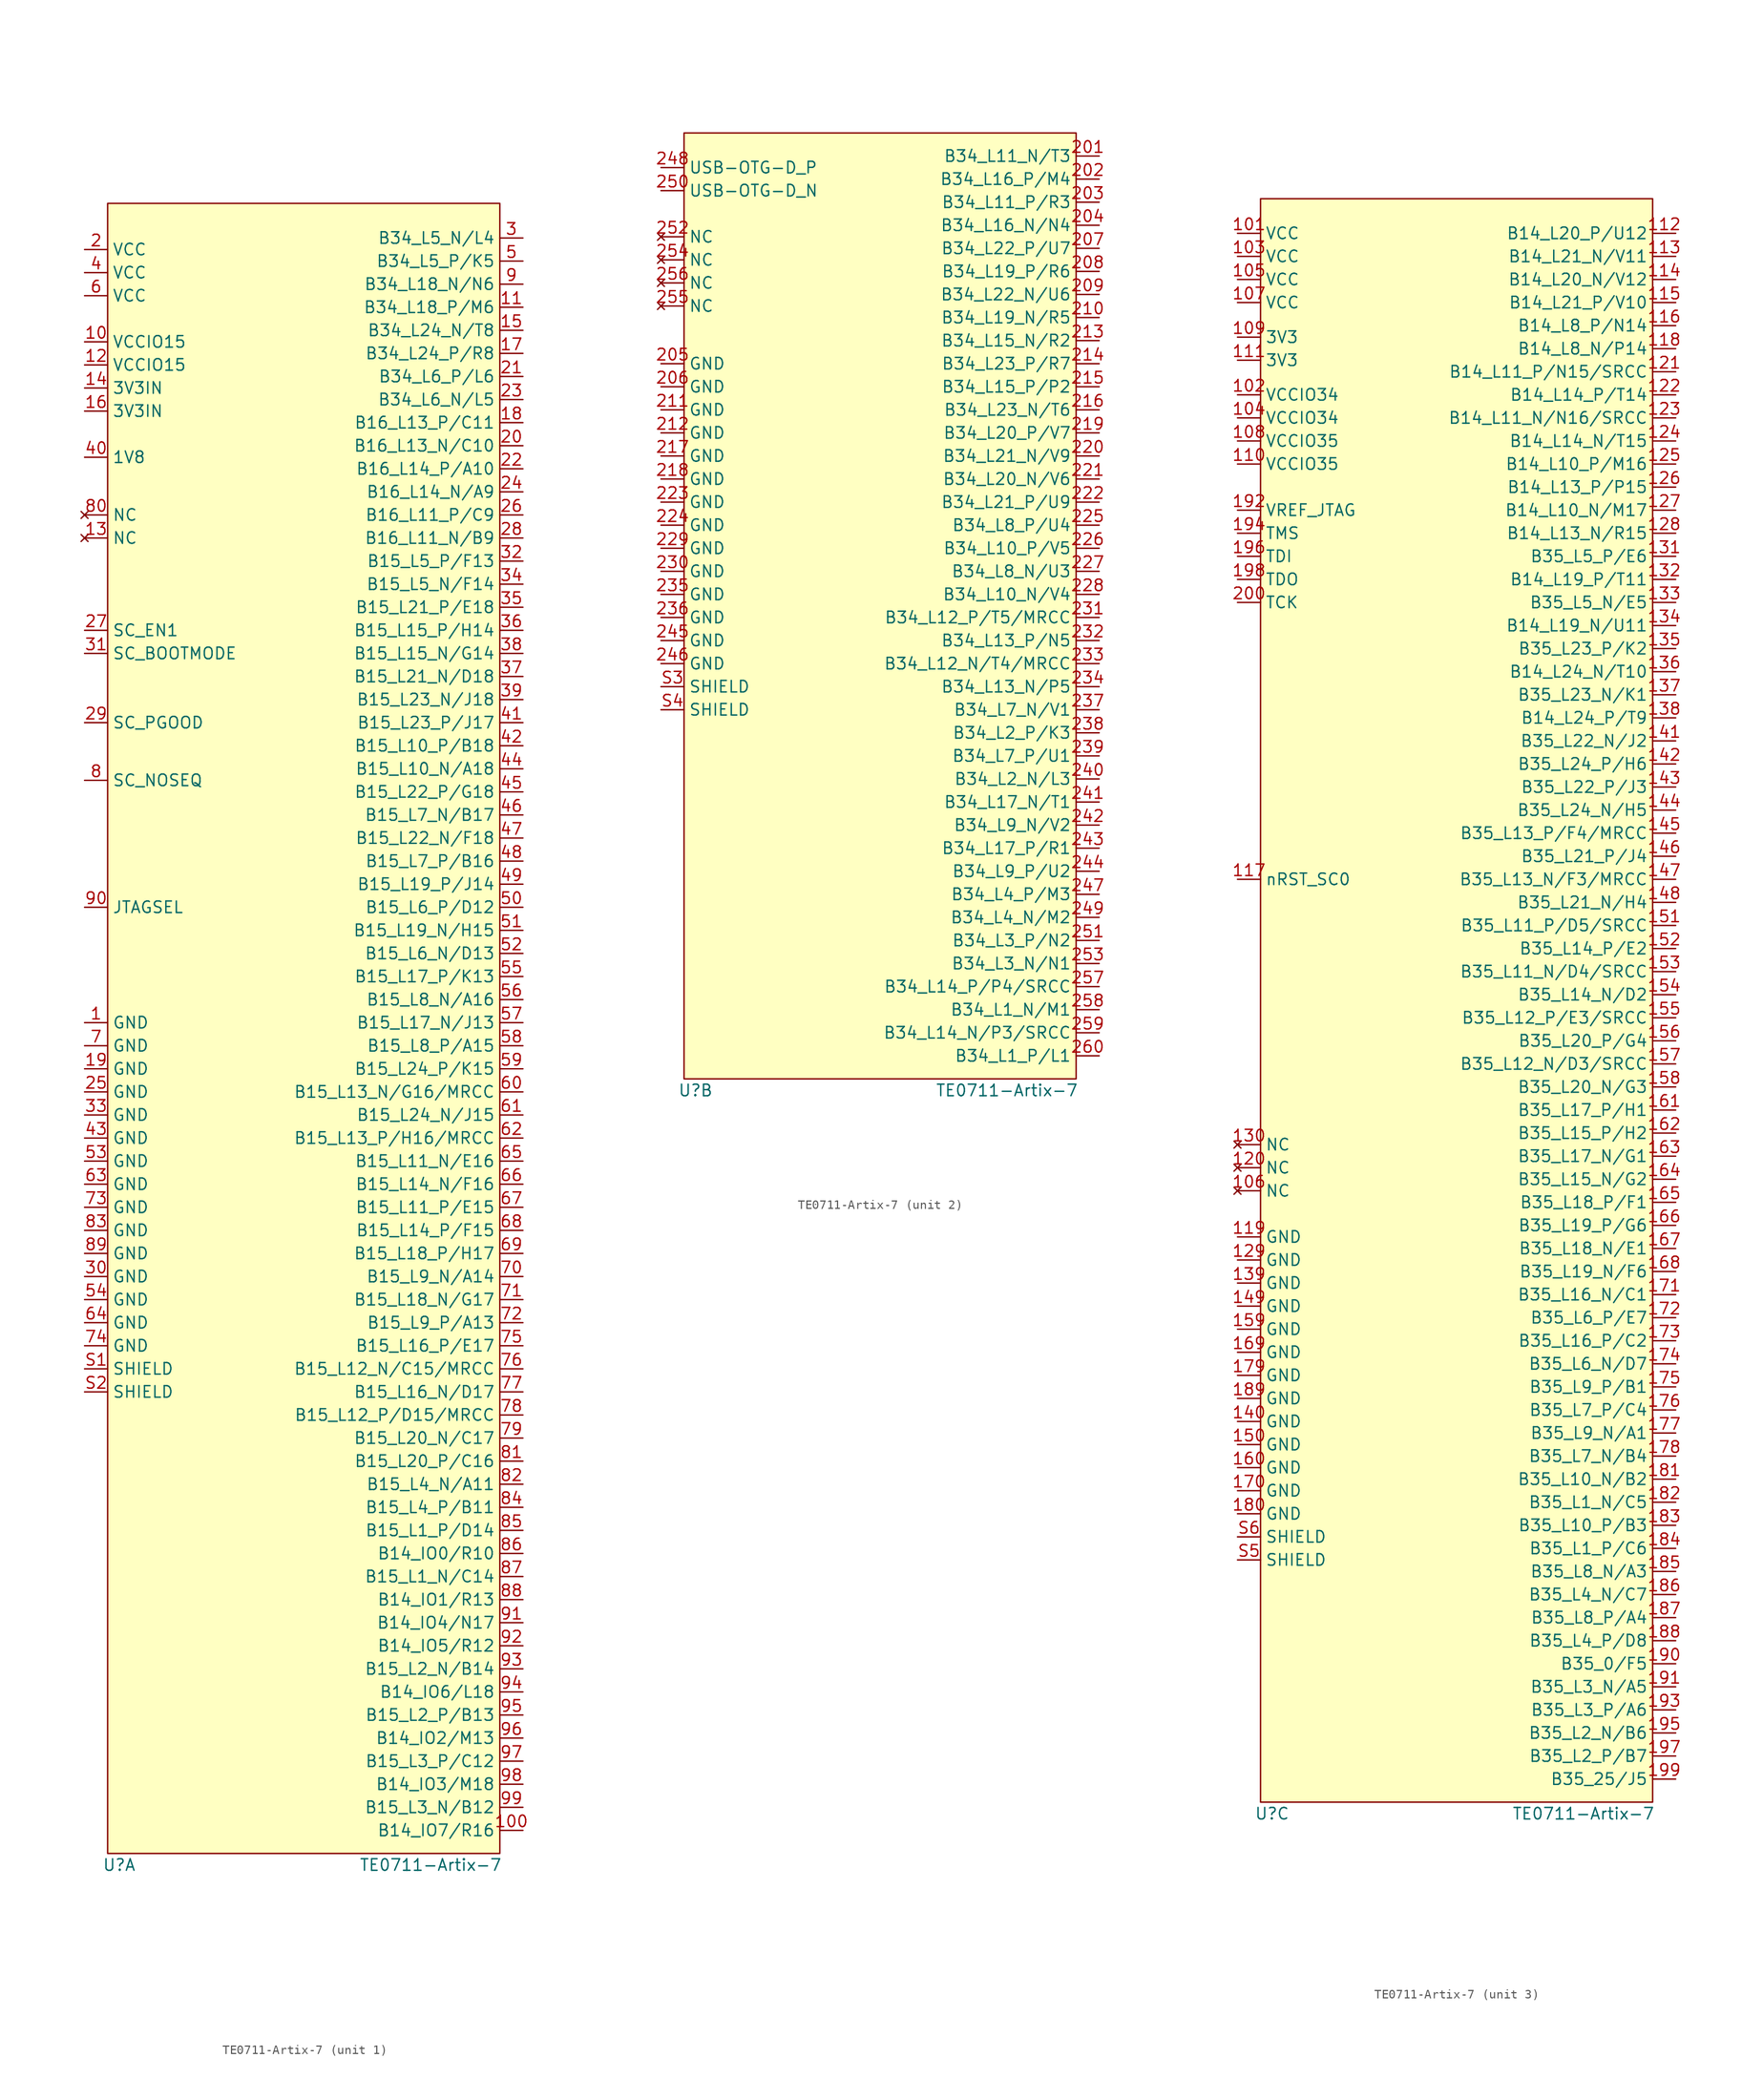
<source format=kicad_sym>
(kicad_symbol_lib
  (version 20231120)
  (generator "kicad_symbol_editor")
  (generator_version "8.0")
  (symbol "TE0711-Artix-7"
    (property "Reference" "U"
      (at 1.27 -1.27 0)
      (effects (font (size 1.27 1.27))))
    (property "Value" "TE0711-Artix-7"
      (at 35.56 -1.27 0)
      (effects (font (size 1.27 1.27))))
    (property "ki_locked" ""
      (at 0 0 0)
      (effects (font (size 1.27 1.27))))
    (symbol "TE0711-Artix-7_1_0"
      (pin power_in line (at -2.54 166.37 0) (length 2.54) (name "VCCIO15" (effects (font (size 1.27 1.27)))) (number "10" (effects (font (size 1.27 1.27)))))
      (pin bidirectional line (at 45.72 2.54 180) (length 2.54) (name "B14_IO7/R16" (effects (font (size 1.27 1.27)))) (number "100" (effects (font (size 1.27 1.27)))))
      (pin power_in line (at 45.72 170.18 180) (length 2.54) (name "B34_L18_P/M6" (effects (font (size 1.27 1.27)))) (number "11" (effects (font (size 1.27 1.27)))))
      (pin bidirectional line (at -2.54 163.83 0) (length 2.54) (name "VCCIO15" (effects (font (size 1.27 1.27)))) (number "12" (effects (font (size 1.27 1.27)))))
      (pin no_connect line (at -2.54 144.78 0) (length 2.54) (name "NC" (effects (font (size 1.27 1.27)))) (number "13" (effects (font (size 1.27 1.27)))))
      (pin power_in line (at -2.54 161.29 0) (length 2.54) (name "3V3IN" (effects (font (size 1.27 1.27)))) (number "14" (effects (font (size 1.27 1.27)))))
      (pin bidirectional line (at 45.72 167.64 180) (length 2.54) (name "B34_L24_N/T8" (effects (font (size 1.27 1.27)))) (number "15" (effects (font (size 1.27 1.27)))))
      (pin power_in line (at -2.54 158.75 0) (length 2.54) (name "3V3IN" (effects (font (size 1.27 1.27)))) (number "16" (effects (font (size 1.27 1.27)))))
      (pin bidirectional line (at 45.72 165.1 180) (length 2.54) (name "B34_L24_P/R8" (effects (font (size 1.27 1.27)))) (number "17" (effects (font (size 1.27 1.27)))))
      (pin bidirectional line (at 45.72 157.48 180) (length 2.54) (name "B16_L13_P/C11" (effects (font (size 1.27 1.27)))) (number "18" (effects (font (size 1.27 1.27)))))
      (pin power_in line (at -2.54 86.36 0) (length 2.54) (name "GND" (effects (font (size 1.27 1.27)))) (number "19" (effects (font (size 1.27 1.27)))))
      (pin bidirectional line (at 45.72 154.94 180) (length 2.54) (name "B16_L13_N/C10" (effects (font (size 1.27 1.27)))) (number "20" (effects (font (size 1.27 1.27)))))
      (pin bidirectional line (at 45.72 162.56 180) (length 2.54) (name "B34_L6_P/L6" (effects (font (size 1.27 1.27)))) (number "21" (effects (font (size 1.27 1.27)))))
      (pin bidirectional line (at 45.72 152.4 180) (length 2.54) (name "B16_L14_P/A10" (effects (font (size 1.27 1.27)))) (number "22" (effects (font (size 1.27 1.27)))))
      (pin bidirectional line (at 45.72 160.02 180) (length 2.54) (name "B34_L6_N/L5" (effects (font (size 1.27 1.27)))) (number "23" (effects (font (size 1.27 1.27)))))
      (pin bidirectional line (at 45.72 149.86 180) (length 2.54) (name "B16_L14_N/A9" (effects (font (size 1.27 1.27)))) (number "24" (effects (font (size 1.27 1.27)))))
      (pin power_in line (at -2.54 83.82 0) (length 2.54) (name "GND" (effects (font (size 1.27 1.27)))) (number "25" (effects (font (size 1.27 1.27)))))
      (pin bidirectional line (at 45.72 147.32 180) (length 2.54) (name "B16_L11_P/C9" (effects (font (size 1.27 1.27)))) (number "26" (effects (font (size 1.27 1.27)))))
      (pin input line (at -2.54 134.62 0) (length 2.54) (name "SC_EN1" (effects (font (size 1.27 1.27)))) (number "27" (effects (font (size 1.27 1.27)))))
      (pin bidirectional line (at 45.72 144.78 180) (length 2.54) (name "B16_L11_N/B9" (effects (font (size 1.27 1.27)))) (number "28" (effects (font (size 1.27 1.27)))))
      (pin output line (at -2.54 124.46 0) (length 2.54) (name "SC_PGOOD" (effects (font (size 1.27 1.27)))) (number "29" (effects (font (size 1.27 1.27)))))
      (pin power_in line (at -2.54 63.5 0) (length 2.54) (name "GND" (effects (font (size 1.27 1.27)))) (number "30" (effects (font (size 1.27 1.27)))))
      (pin input line (at -2.54 132.08 0) (length 2.54) (name "SC_BOOTMODE" (effects (font (size 1.27 1.27)))) (number "31" (effects (font (size 1.27 1.27)))))
      (pin bidirectional line (at 45.72 142.24 180) (length 2.54) (name "B15_L5_P/F13" (effects (font (size 1.27 1.27)))) (number "32" (effects (font (size 1.27 1.27)))))
      (pin power_in line (at -2.54 81.28 0) (length 2.54) (name "GND" (effects (font (size 1.27 1.27)))) (number "33" (effects (font (size 1.27 1.27)))))
      (pin bidirectional line (at 45.72 139.7 180) (length 2.54) (name "B15_L5_N/F14" (effects (font (size 1.27 1.27)))) (number "34" (effects (font (size 1.27 1.27)))))
      (pin bidirectional line (at 45.72 137.16 180) (length 2.54) (name "B15_L21_P/E18" (effects (font (size 1.27 1.27)))) (number "35" (effects (font (size 1.27 1.27)))))
      (pin bidirectional line (at 45.72 134.62 180) (length 2.54) (name "B15_L15_P/H14" (effects (font (size 1.27 1.27)))) (number "36" (effects (font (size 1.27 1.27)))))
      (pin bidirectional line (at 45.72 129.54 180) (length 2.54) (name "B15_L21_N/D18" (effects (font (size 1.27 1.27)))) (number "37" (effects (font (size 1.27 1.27)))))
      (pin bidirectional line (at 45.72 132.08 180) (length 2.54) (name "B15_L15_N/G14" (effects (font (size 1.27 1.27)))) (number "38" (effects (font (size 1.27 1.27)))))
      (pin bidirectional line (at 45.72 127 180) (length 2.54) (name "B15_L23_N/J18" (effects (font (size 1.27 1.27)))) (number "39" (effects (font (size 1.27 1.27)))))
      (pin power_out line (at -2.54 153.67 0) (length 2.54) (name "1V8" (effects (font (size 1.27 1.27)))) (number "40" (effects (font (size 1.27 1.27)))))
      (pin bidirectional line (at 45.72 124.46 180) (length 2.54) (name "B15_L23_P/J17" (effects (font (size 1.27 1.27)))) (number "41" (effects (font (size 1.27 1.27)))))
      (pin bidirectional line (at 45.72 121.92 180) (length 2.54) (name "B15_L10_P/B18" (effects (font (size 1.27 1.27)))) (number "42" (effects (font (size 1.27 1.27)))))
      (pin power_in line (at -2.54 78.74 0) (length 2.54) (name "GND" (effects (font (size 1.27 1.27)))) (number "43" (effects (font (size 1.27 1.27)))))
      (pin bidirectional line (at 45.72 119.38 180) (length 2.54) (name "B15_L10_N/A18" (effects (font (size 1.27 1.27)))) (number "44" (effects (font (size 1.27 1.27)))))
      (pin bidirectional line (at 45.72 116.84 180) (length 2.54) (name "B15_L22_P/G18" (effects (font (size 1.27 1.27)))) (number "45" (effects (font (size 1.27 1.27)))))
      (pin bidirectional line (at 45.72 114.3 180) (length 2.54) (name "B15_L7_N/B17" (effects (font (size 1.27 1.27)))) (number "46" (effects (font (size 1.27 1.27)))))
      (pin bidirectional line (at 45.72 111.76 180) (length 2.54) (name "B15_L22_N/F18" (effects (font (size 1.27 1.27)))) (number "47" (effects (font (size 1.27 1.27)))))
      (pin bidirectional line (at 45.72 109.22 180) (length 2.54) (name "B15_L7_P/B16" (effects (font (size 1.27 1.27)))) (number "48" (effects (font (size 1.27 1.27)))))
      (pin bidirectional line (at 45.72 106.68 180) (length 2.54) (name "B15_L19_P/J14" (effects (font (size 1.27 1.27)))) (number "49" (effects (font (size 1.27 1.27)))))
      (pin bidirectional line (at 45.72 175.26 180) (length 2.54) (name "B34_L5_P/K5" (effects (font (size 1.27 1.27)))) (number "5" (effects (font (size 1.27 1.27)))))
      (pin bidirectional line (at 45.72 104.14 180) (length 2.54) (name "B15_L6_P/D12" (effects (font (size 1.27 1.27)))) (number "50" (effects (font (size 1.27 1.27)))))
      (pin bidirectional line (at 45.72 101.6 180) (length 2.54) (name "B15_L19_N/H15" (effects (font (size 1.27 1.27)))) (number "51" (effects (font (size 1.27 1.27)))))
      (pin bidirectional line (at 45.72 99.06 180) (length 2.54) (name "B15_L6_N/D13" (effects (font (size 1.27 1.27)))) (number "52" (effects (font (size 1.27 1.27)))))
      (pin power_in line (at -2.54 76.2 0) (length 2.54) (name "GND" (effects (font (size 1.27 1.27)))) (number "53" (effects (font (size 1.27 1.27)))))
      (pin power_in line (at -2.54 60.96 0) (length 2.54) (name "GND" (effects (font (size 1.27 1.27)))) (number "54" (effects (font (size 1.27 1.27)))))
      (pin bidirectional line (at 45.72 96.52 180) (length 2.54) (name "B15_L17_P/K13" (effects (font (size 1.27 1.27)))) (number "55" (effects (font (size 1.27 1.27)))))
      (pin bidirectional line (at 45.72 93.98 180) (length 2.54) (name "B15_L8_N/A16" (effects (font (size 1.27 1.27)))) (number "56" (effects (font (size 1.27 1.27)))))
      (pin bidirectional line (at 45.72 91.44 180) (length 2.54) (name "B15_L17_N/J13" (effects (font (size 1.27 1.27)))) (number "57" (effects (font (size 1.27 1.27)))))
      (pin bidirectional line (at 45.72 88.9 180) (length 2.54) (name "B15_L8_P/A15" (effects (font (size 1.27 1.27)))) (number "58" (effects (font (size 1.27 1.27)))))
      (pin bidirectional line (at 45.72 86.36 180) (length 2.54) (name "B15_L24_P/K15" (effects (font (size 1.27 1.27)))) (number "59" (effects (font (size 1.27 1.27)))))
      (pin power_in line (at -2.54 171.45 0) (length 2.54) (name "VCC" (effects (font (size 1.27 1.27)))) (number "6" (effects (font (size 1.27 1.27)))))
      (pin bidirectional line (at 45.72 83.82 180) (length 2.54) (name "B15_L13_N/G16/MRCC" (effects (font (size 1.27 1.27)))) (number "60" (effects (font (size 1.27 1.27)))))
      (pin bidirectional line (at 45.72 81.28 180) (length 2.54) (name "B15_L24_N/J15" (effects (font (size 1.27 1.27)))) (number "61" (effects (font (size 1.27 1.27)))))
      (pin bidirectional line (at 45.72 78.74 180) (length 2.54) (name "B15_L13_P/H16/MRCC" (effects (font (size 1.27 1.27)))) (number "62" (effects (font (size 1.27 1.27)))))
      (pin power_in line (at -2.54 73.66 0) (length 2.54) (name "GND" (effects (font (size 1.27 1.27)))) (number "63" (effects (font (size 1.27 1.27)))))
      (pin power_in line (at -2.54 58.42 0) (length 2.54) (name "GND" (effects (font (size 1.27 1.27)))) (number "64" (effects (font (size 1.27 1.27)))))
      (pin bidirectional line (at 45.72 76.2 180) (length 2.54) (name "B15_L11_N/E16" (effects (font (size 1.27 1.27)))) (number "65" (effects (font (size 1.27 1.27)))))
      (pin bidirectional line (at 45.72 73.66 180) (length 2.54) (name "B15_L14_N/F16" (effects (font (size 1.27 1.27)))) (number "66" (effects (font (size 1.27 1.27)))))
      (pin bidirectional line (at 45.72 71.12 180) (length 2.54) (name "B15_L11_P/E15" (effects (font (size 1.27 1.27)))) (number "67" (effects (font (size 1.27 1.27)))))
      (pin bidirectional line (at 45.72 68.58 180) (length 2.54) (name "B15_L14_P/F15" (effects (font (size 1.27 1.27)))) (number "68" (effects (font (size 1.27 1.27)))))
      (pin bidirectional line (at 45.72 66.04 180) (length 2.54) (name "B15_L18_P/H17" (effects (font (size 1.27 1.27)))) (number "69" (effects (font (size 1.27 1.27)))))
      (pin power_in line (at -2.54 88.9 0) (length 2.54) (name "GND" (effects (font (size 1.27 1.27)))) (number "7" (effects (font (size 1.27 1.27)))))
      (pin bidirectional line (at 45.72 63.5 180) (length 2.54) (name "B15_L9_N/A14" (effects (font (size 1.27 1.27)))) (number "70" (effects (font (size 1.27 1.27)))))
      (pin bidirectional line (at 45.72 60.96 180) (length 2.54) (name "B15_L18_N/G17" (effects (font (size 1.27 1.27)))) (number "71" (effects (font (size 1.27 1.27)))))
      (pin bidirectional line (at 45.72 58.42 180) (length 2.54) (name "B15_L9_P/A13" (effects (font (size 1.27 1.27)))) (number "72" (effects (font (size 1.27 1.27)))))
      (pin power_in line (at -2.54 71.12 0) (length 2.54) (name "GND" (effects (font (size 1.27 1.27)))) (number "73" (effects (font (size 1.27 1.27)))))
      (pin power_in line (at -2.54 55.88 0) (length 2.54) (name "GND" (effects (font (size 1.27 1.27)))) (number "74" (effects (font (size 1.27 1.27)))))
      (pin bidirectional line (at 45.72 55.88 180) (length 2.54) (name "B15_L16_P/E17" (effects (font (size 1.27 1.27)))) (number "75" (effects (font (size 1.27 1.27)))))
      (pin bidirectional line (at 45.72 53.34 180) (length 2.54) (name "B15_L12_N/C15/MRCC" (effects (font (size 1.27 1.27)))) (number "76" (effects (font (size 1.27 1.27)))))
      (pin bidirectional line (at 45.72 50.8 180) (length 2.54) (name "B15_L16_N/D17" (effects (font (size 1.27 1.27)))) (number "77" (effects (font (size 1.27 1.27)))))
      (pin bidirectional line (at 45.72 48.26 180) (length 2.54) (name "B15_L12_P/D15/MRCC" (effects (font (size 1.27 1.27)))) (number "78" (effects (font (size 1.27 1.27)))))
      (pin bidirectional line (at 45.72 45.72 180) (length 2.54) (name "B15_L20_N/C17" (effects (font (size 1.27 1.27)))) (number "79" (effects (font (size 1.27 1.27)))))
      (pin input line (at -2.54 118.11 0) (length 2.54) (name "SC_NOSEQ" (effects (font (size 1.27 1.27)))) (number "8" (effects (font (size 1.27 1.27)))))
      (pin no_connect line (at -2.54 147.32 0) (length 2.54) (name "NC" (effects (font (size 1.27 1.27)))) (number "80" (effects (font (size 1.27 1.27)))))
      (pin bidirectional line (at 45.72 43.18 180) (length 2.54) (name "B15_L20_P/C16" (effects (font (size 1.27 1.27)))) (number "81" (effects (font (size 1.27 1.27)))))
      (pin bidirectional line (at 45.72 40.64 180) (length 2.54) (name "B15_L4_N/A11" (effects (font (size 1.27 1.27)))) (number "82" (effects (font (size 1.27 1.27)))))
      (pin power_in line (at -2.54 68.58 0) (length 2.54) (name "GND" (effects (font (size 1.27 1.27)))) (number "83" (effects (font (size 1.27 1.27)))))
      (pin bidirectional line (at 45.72 38.1 180) (length 2.54) (name "B15_L4_P/B11" (effects (font (size 1.27 1.27)))) (number "84" (effects (font (size 1.27 1.27)))))
      (pin bidirectional line (at 45.72 35.56 180) (length 2.54) (name "B15_L1_P/D14" (effects (font (size 1.27 1.27)))) (number "85" (effects (font (size 1.27 1.27)))))
      (pin bidirectional line (at 45.72 33.02 180) (length 2.54) (name "B14_IO0/R10" (effects (font (size 1.27 1.27)))) (number "86" (effects (font (size 1.27 1.27)))))
      (pin bidirectional line (at 45.72 30.48 180) (length 2.54) (name "B15_L1_N/C14" (effects (font (size 1.27 1.27)))) (number "87" (effects (font (size 1.27 1.27)))))
      (pin bidirectional line (at 45.72 27.94 180) (length 2.54) (name "B14_IO1/R13" (effects (font (size 1.27 1.27)))) (number "88" (effects (font (size 1.27 1.27)))))
      (pin power_in line (at -2.54 66.04 0) (length 2.54) (name "GND" (effects (font (size 1.27 1.27)))) (number "89" (effects (font (size 1.27 1.27)))))
      (pin bidirectional line (at 45.72 172.72 180) (length 2.54) (name "B34_L18_N/N6" (effects (font (size 1.27 1.27)))) (number "9" (effects (font (size 1.27 1.27)))))
      (pin input line (at -2.54 104.14 0) (length 2.54) (name "JTAGSEL" (effects (font (size 1.27 1.27)))) (number "90" (effects (font (size 1.27 1.27)))))
      (pin bidirectional line (at 45.72 25.4 180) (length 2.54) (name "B14_IO4/N17" (effects (font (size 1.27 1.27)))) (number "91" (effects (font (size 1.27 1.27)))))
      (pin bidirectional line (at 45.72 22.86 180) (length 2.54) (name "B14_IO5/R12" (effects (font (size 1.27 1.27)))) (number "92" (effects (font (size 1.27 1.27)))))
      (pin bidirectional line (at 45.72 20.32 180) (length 2.54) (name "B15_L2_N/B14" (effects (font (size 1.27 1.27)))) (number "93" (effects (font (size 1.27 1.27)))))
      (pin bidirectional line (at 45.72 17.78 180) (length 2.54) (name "B14_IO6/L18" (effects (font (size 1.27 1.27)))) (number "94" (effects (font (size 1.27 1.27)))))
      (pin bidirectional line (at 45.72 15.24 180) (length 2.54) (name "B15_L2_P/B13" (effects (font (size 1.27 1.27)))) (number "95" (effects (font (size 1.27 1.27)))))
      (pin bidirectional line (at 45.72 12.7 180) (length 2.54) (name "B14_IO2/M13" (effects (font (size 1.27 1.27)))) (number "96" (effects (font (size 1.27 1.27)))))
      (pin bidirectional line (at 45.72 10.16 180) (length 2.54) (name "B15_L3_P/C12" (effects (font (size 1.27 1.27)))) (number "97" (effects (font (size 1.27 1.27)))))
      (pin bidirectional line (at 45.72 7.62 180) (length 2.54) (name "B14_IO3/M18" (effects (font (size 1.27 1.27)))) (number "98" (effects (font (size 1.27 1.27)))))
      (pin bidirectional line (at 45.72 5.08 180) (length 2.54) (name "B15_L3_N/B12" (effects (font (size 1.27 1.27)))) (number "99" (effects (font (size 1.27 1.27)))))
      (pin power_in line (at -2.54 53.34 0) (length 2.54) (name "SHIELD" (effects (font (size 1.27 1.27)))) (number "S1" (effects (font (size 1.27 1.27)))))
      (pin power_in line (at -2.54 50.8 0) (length 2.54) (name "SHIELD" (effects (font (size 1.27 1.27)))) (number "S2" (effects (font (size 1.27 1.27))))))
    (symbol "TE0711-Artix-7_1_1"
      (rectangle (start 0 181.61) (end 43.18 0) (stroke (width 0) (type default)) (fill (type background)))
      (pin power_in line (at -2.54 91.44 0) (length 2.54) (name "GND" (effects (font (size 1.27 1.27)))) (number "1" (effects (font (size 1.27 1.27)))))
      (pin power_in line (at -2.54 176.53 0) (length 2.54) (name "VCC" (effects (font (size 1.27 1.27)))) (number "2" (effects (font (size 1.27 1.27)))))
      (pin bidirectional line (at 45.72 177.8 180) (length 2.54) (name "B34_L5_N/L4" (effects (font (size 1.27 1.27)))) (number "3" (effects (font (size 1.27 1.27)))))
      (pin power_in line (at -2.54 173.99 0) (length 2.54) (name "VCC" (effects (font (size 1.27 1.27)))) (number "4" (effects (font (size 1.27 1.27))))))
    (symbol "TE0711-Artix-7_2_0"
      (pin bidirectional line (at 45.72 101.6 180) (length 2.54) (name "B34_L11_N/T3" (effects (font (size 1.27 1.27)))) (number "201" (effects (font (size 1.27 1.27)))))
      (pin bidirectional line (at 45.72 99.06 180) (length 2.54) (name "B34_L16_P/M4" (effects (font (size 1.27 1.27)))) (number "202" (effects (font (size 1.27 1.27)))))
      (pin bidirectional line (at 45.72 96.52 180) (length 2.54) (name "B34_L11_P/R3" (effects (font (size 1.27 1.27)))) (number "203" (effects (font (size 1.27 1.27)))))
      (pin bidirectional line (at 45.72 93.98 180) (length 2.54) (name "B34_L16_N/N4" (effects (font (size 1.27 1.27)))) (number "204" (effects (font (size 1.27 1.27)))))
      (pin power_in line (at -2.54 78.74 0) (length 2.54) (name "GND" (effects (font (size 1.27 1.27)))) (number "205" (effects (font (size 1.27 1.27)))))
      (pin power_in line (at -2.54 76.2 0) (length 2.54) (name "GND" (effects (font (size 1.27 1.27)))) (number "206" (effects (font (size 1.27 1.27)))))
      (pin bidirectional line (at 45.72 91.44 180) (length 2.54) (name "B34_L22_P/U7" (effects (font (size 1.27 1.27)))) (number "207" (effects (font (size 1.27 1.27)))))
      (pin bidirectional line (at 45.72 88.9 180) (length 2.54) (name "B34_L19_P/R6" (effects (font (size 1.27 1.27)))) (number "208" (effects (font (size 1.27 1.27)))))
      (pin bidirectional line (at 45.72 86.36 180) (length 2.54) (name "B34_L22_N/U6" (effects (font (size 1.27 1.27)))) (number "209" (effects (font (size 1.27 1.27)))))
      (pin bidirectional line (at 45.72 83.82 180) (length 2.54) (name "B34_L19_N/R5" (effects (font (size 1.27 1.27)))) (number "210" (effects (font (size 1.27 1.27)))))
      (pin power_in line (at -2.54 73.66 0) (length 2.54) (name "GND" (effects (font (size 1.27 1.27)))) (number "211" (effects (font (size 1.27 1.27)))))
      (pin power_in line (at -2.54 71.12 0) (length 2.54) (name "GND" (effects (font (size 1.27 1.27)))) (number "212" (effects (font (size 1.27 1.27)))))
      (pin bidirectional line (at 45.72 81.28 180) (length 2.54) (name "B34_L15_N/R2" (effects (font (size 1.27 1.27)))) (number "213" (effects (font (size 1.27 1.27)))))
      (pin bidirectional line (at 45.72 78.74 180) (length 2.54) (name "B34_L23_P/R7" (effects (font (size 1.27 1.27)))) (number "214" (effects (font (size 1.27 1.27)))))
      (pin bidirectional line (at 45.72 76.2 180) (length 2.54) (name "B34_L15_P/P2" (effects (font (size 1.27 1.27)))) (number "215" (effects (font (size 1.27 1.27)))))
      (pin bidirectional line (at 45.72 73.66 180) (length 2.54) (name "B34_L23_N/T6" (effects (font (size 1.27 1.27)))) (number "216" (effects (font (size 1.27 1.27)))))
      (pin power_in line (at -2.54 68.58 0) (length 2.54) (name "GND" (effects (font (size 1.27 1.27)))) (number "217" (effects (font (size 1.27 1.27)))))
      (pin power_in line (at -2.54 66.04 0) (length 2.54) (name "GND" (effects (font (size 1.27 1.27)))) (number "218" (effects (font (size 1.27 1.27)))))
      (pin bidirectional line (at 45.72 71.12 180) (length 2.54) (name "B34_L20_P/V7" (effects (font (size 1.27 1.27)))) (number "219" (effects (font (size 1.27 1.27)))))
      (pin bidirectional line (at 45.72 68.58 180) (length 2.54) (name "B34_L21_N/V9" (effects (font (size 1.27 1.27)))) (number "220" (effects (font (size 1.27 1.27)))))
      (pin bidirectional line (at 45.72 66.04 180) (length 2.54) (name "B34_L20_N/V6" (effects (font (size 1.27 1.27)))) (number "221" (effects (font (size 1.27 1.27)))))
      (pin bidirectional line (at 45.72 63.5 180) (length 2.54) (name "B34_L21_P/U9" (effects (font (size 1.27 1.27)))) (number "222" (effects (font (size 1.27 1.27)))))
      (pin power_in line (at -2.54 63.5 0) (length 2.54) (name "GND" (effects (font (size 1.27 1.27)))) (number "223" (effects (font (size 1.27 1.27)))))
      (pin power_in line (at -2.54 60.96 0) (length 2.54) (name "GND" (effects (font (size 1.27 1.27)))) (number "224" (effects (font (size 1.27 1.27)))))
      (pin bidirectional line (at 45.72 60.96 180) (length 2.54) (name "B34_L8_P/U4" (effects (font (size 1.27 1.27)))) (number "225" (effects (font (size 1.27 1.27)))))
      (pin bidirectional line (at 45.72 58.42 180) (length 2.54) (name "B34_L10_P/V5" (effects (font (size 1.27 1.27)))) (number "226" (effects (font (size 1.27 1.27)))))
      (pin bidirectional line (at 45.72 55.88 180) (length 2.54) (name "B34_L8_N/U3" (effects (font (size 1.27 1.27)))) (number "227" (effects (font (size 1.27 1.27)))))
      (pin bidirectional line (at 45.72 53.34 180) (length 2.54) (name "B34_L10_N/V4" (effects (font (size 1.27 1.27)))) (number "228" (effects (font (size 1.27 1.27)))))
      (pin power_in line (at -2.54 58.42 0) (length 2.54) (name "GND" (effects (font (size 1.27 1.27)))) (number "229" (effects (font (size 1.27 1.27)))))
      (pin power_in line (at -2.54 55.88 0) (length 2.54) (name "GND" (effects (font (size 1.27 1.27)))) (number "230" (effects (font (size 1.27 1.27)))))
      (pin bidirectional line (at 45.72 50.8 180) (length 2.54) (name "B34_L12_P/T5/MRCC" (effects (font (size 1.27 1.27)))) (number "231" (effects (font (size 1.27 1.27)))))
      (pin bidirectional line (at 45.72 48.26 180) (length 2.54) (name "B34_L13_P/N5" (effects (font (size 1.27 1.27)))) (number "232" (effects (font (size 1.27 1.27)))))
      (pin bidirectional line (at 45.72 45.72 180) (length 2.54) (name "B34_L12_N/T4/MRCC" (effects (font (size 1.27 1.27)))) (number "233" (effects (font (size 1.27 1.27)))))
      (pin bidirectional line (at 45.72 43.18 180) (length 2.54) (name "B34_L13_N/P5" (effects (font (size 1.27 1.27)))) (number "234" (effects (font (size 1.27 1.27)))))
      (pin power_in line (at -2.54 53.34 0) (length 2.54) (name "GND" (effects (font (size 1.27 1.27)))) (number "235" (effects (font (size 1.27 1.27)))))
      (pin power_in line (at -2.54 50.8 0) (length 2.54) (name "GND" (effects (font (size 1.27 1.27)))) (number "236" (effects (font (size 1.27 1.27)))))
      (pin bidirectional line (at 45.72 40.64 180) (length 2.54) (name "B34_L7_N/V1" (effects (font (size 1.27 1.27)))) (number "237" (effects (font (size 1.27 1.27)))))
      (pin bidirectional line (at 45.72 38.1 180) (length 2.54) (name "B34_L2_P/K3" (effects (font (size 1.27 1.27)))) (number "238" (effects (font (size 1.27 1.27)))))
      (pin bidirectional line (at 45.72 35.56 180) (length 2.54) (name "B34_L7_P/U1" (effects (font (size 1.27 1.27)))) (number "239" (effects (font (size 1.27 1.27)))))
      (pin power_in line (at 45.72 33.02 180) (length 2.54) (name "B34_L2_N/L3" (effects (font (size 1.27 1.27)))) (number "240" (effects (font (size 1.27 1.27)))))
      (pin bidirectional line (at 45.72 30.48 180) (length 2.54) (name "B34_L17_N/T1" (effects (font (size 1.27 1.27)))) (number "241" (effects (font (size 1.27 1.27)))))
      (pin bidirectional line (at 45.72 27.94 180) (length 2.54) (name "B34_L9_N/V2" (effects (font (size 1.27 1.27)))) (number "242" (effects (font (size 1.27 1.27)))))
      (pin bidirectional line (at 45.72 25.4 180) (length 2.54) (name "B34_L17_P/R1" (effects (font (size 1.27 1.27)))) (number "243" (effects (font (size 1.27 1.27)))))
      (pin bidirectional line (at 45.72 22.86 180) (length 2.54) (name "B34_L9_P/U2" (effects (font (size 1.27 1.27)))) (number "244" (effects (font (size 1.27 1.27)))))
      (pin power_in line (at -2.54 48.26 0) (length 2.54) (name "GND" (effects (font (size 1.27 1.27)))) (number "245" (effects (font (size 1.27 1.27)))))
      (pin power_in line (at -2.54 45.72 0) (length 2.54) (name "GND" (effects (font (size 1.27 1.27)))) (number "246" (effects (font (size 1.27 1.27)))))
      (pin bidirectional line (at 45.72 20.32 180) (length 2.54) (name "B34_L4_P/M3" (effects (font (size 1.27 1.27)))) (number "247" (effects (font (size 1.27 1.27)))))
      (pin bidirectional line (at -2.54 100.33 0) (length 2.54) (name "USB-OTG-D_P" (effects (font (size 1.27 1.27)))) (number "248" (effects (font (size 1.27 1.27)))))
      (pin bidirectional line (at 45.72 17.78 180) (length 2.54) (name "B34_L4_N/M2" (effects (font (size 1.27 1.27)))) (number "249" (effects (font (size 1.27 1.27)))))
      (pin bidirectional line (at -2.54 97.79 0) (length 2.54) (name "USB-OTG-D_N" (effects (font (size 1.27 1.27)))) (number "250" (effects (font (size 1.27 1.27)))))
      (pin bidirectional line (at 45.72 15.24 180) (length 2.54) (name "B34_L3_P/N2" (effects (font (size 1.27 1.27)))) (number "251" (effects (font (size 1.27 1.27)))))
      (pin no_connect line (at -2.54 92.71 0) (length 2.54) (name "NC" (effects (font (size 1.27 1.27)))) (number "252" (effects (font (size 1.27 1.27)))))
      (pin bidirectional line (at 45.72 12.7 180) (length 2.54) (name "B34_L3_N/N1" (effects (font (size 1.27 1.27)))) (number "253" (effects (font (size 1.27 1.27)))))
      (pin no_connect line (at -2.54 90.17 0) (length 2.54) (name "NC" (effects (font (size 1.27 1.27)))) (number "254" (effects (font (size 1.27 1.27)))))
      (pin no_connect line (at -2.54 85.09 0) (length 2.54) (name "NC" (effects (font (size 1.27 1.27)))) (number "255" (effects (font (size 1.27 1.27)))))
      (pin no_connect line (at -2.54 87.63 0) (length 2.54) (name "NC" (effects (font (size 1.27 1.27)))) (number "256" (effects (font (size 1.27 1.27)))))
      (pin bidirectional line (at 45.72 10.16 180) (length 2.54) (name "B34_L14_P/P4/SRCC" (effects (font (size 1.27 1.27)))) (number "257" (effects (font (size 1.27 1.27)))))
      (pin bidirectional line (at 45.72 7.62 180) (length 2.54) (name "B34_L1_N/M1" (effects (font (size 1.27 1.27)))) (number "258" (effects (font (size 1.27 1.27)))))
      (pin bidirectional line (at 45.72 5.08 180) (length 2.54) (name "B34_L14_N/P3/SRCC" (effects (font (size 1.27 1.27)))) (number "259" (effects (font (size 1.27 1.27)))))
      (pin bidirectional line (at 45.72 2.54 180) (length 2.54) (name "B34_L1_P/L1" (effects (font (size 1.27 1.27)))) (number "260" (effects (font (size 1.27 1.27)))))
      (pin power_in line (at -2.54 43.18 0) (length 2.54) (name "SHIELD" (effects (font (size 1.27 1.27)))) (number "S3" (effects (font (size 1.27 1.27)))))
      (pin power_in line (at -2.54 40.64 0) (length 2.54) (name "SHIELD" (effects (font (size 1.27 1.27)))) (number "S4" (effects (font (size 1.27 1.27))))))
    (symbol "TE0711-Artix-7_2_1"
      (rectangle (start 0 104.14) (end 43.18 0) (stroke (width 0) (type default)) (fill (type background))))
    (symbol "TE0711-Artix-7_3_0"
      (pin power_in line (at -2.54 172.72 0) (length 2.54) (name "VCC" (effects (font (size 1.27 1.27)))) (number "101" (effects (font (size 1.27 1.27)))))
      (pin power_in line (at -2.54 154.94 0) (length 2.54) (name "VCCIO34" (effects (font (size 1.27 1.27)))) (number "102" (effects (font (size 1.27 1.27)))))
      (pin power_in line (at -2.54 170.18 0) (length 2.54) (name "VCC" (effects (font (size 1.27 1.27)))) (number "103" (effects (font (size 1.27 1.27)))))
      (pin power_in line (at -2.54 152.4 0) (length 2.54) (name "VCCIO34" (effects (font (size 1.27 1.27)))) (number "104" (effects (font (size 1.27 1.27)))))
      (pin power_in line (at -2.54 167.64 0) (length 2.54) (name "VCC" (effects (font (size 1.27 1.27)))) (number "105" (effects (font (size 1.27 1.27)))))
      (pin no_connect line (at -2.54 67.31 0) (length 2.54) (name "NC" (effects (font (size 1.27 1.27)))) (number "106" (effects (font (size 1.27 1.27)))))
      (pin power_in line (at -2.54 165.1 0) (length 2.54) (name "VCC" (effects (font (size 1.27 1.27)))) (number "107" (effects (font (size 1.27 1.27)))))
      (pin power_in line (at -2.54 149.86 0) (length 2.54) (name "VCCIO35" (effects (font (size 1.27 1.27)))) (number "108" (effects (font (size 1.27 1.27)))))
      (pin power_in line (at -2.54 161.29 0) (length 2.54) (name "3V3" (effects (font (size 1.27 1.27)))) (number "109" (effects (font (size 1.27 1.27)))))
      (pin power_in line (at -2.54 147.32 0) (length 2.54) (name "VCCIO35" (effects (font (size 1.27 1.27)))) (number "110" (effects (font (size 1.27 1.27)))))
      (pin power_in line (at -2.54 158.75 0) (length 2.54) (name "3V3" (effects (font (size 1.27 1.27)))) (number "111" (effects (font (size 1.27 1.27)))))
      (pin bidirectional line (at 45.72 172.72 180) (length 2.54) (name "B14_L20_P/U12" (effects (font (size 1.27 1.27)))) (number "112" (effects (font (size 1.27 1.27)))))
      (pin bidirectional line (at 45.72 170.18 180) (length 2.54) (name "B14_L21_N/V11" (effects (font (size 1.27 1.27)))) (number "113" (effects (font (size 1.27 1.27)))))
      (pin bidirectional line (at 45.72 167.64 180) (length 2.54) (name "B14_L20_N/V12" (effects (font (size 1.27 1.27)))) (number "114" (effects (font (size 1.27 1.27)))))
      (pin bidirectional line (at 45.72 165.1 180) (length 2.54) (name "B14_L21_P/V10" (effects (font (size 1.27 1.27)))) (number "115" (effects (font (size 1.27 1.27)))))
      (pin bidirectional line (at 45.72 162.56 180) (length 2.54) (name "B14_L8_P/N14" (effects (font (size 1.27 1.27)))) (number "116" (effects (font (size 1.27 1.27)))))
      (pin bidirectional line (at -2.54 101.6 0) (length 2.54) (name "nRST_SC0" (effects (font (size 1.27 1.27)))) (number "117" (effects (font (size 1.27 1.27)))))
      (pin bidirectional line (at 45.72 160.02 180) (length 2.54) (name "B14_L8_N/P14" (effects (font (size 1.27 1.27)))) (number "118" (effects (font (size 1.27 1.27)))))
      (pin power_in line (at -2.54 62.23 0) (length 2.54) (name "GND" (effects (font (size 1.27 1.27)))) (number "119" (effects (font (size 1.27 1.27)))))
      (pin no_connect line (at -2.54 69.85 0) (length 2.54) (name "NC" (effects (font (size 1.27 1.27)))) (number "120" (effects (font (size 1.27 1.27)))))
      (pin bidirectional line (at 45.72 157.48 180) (length 2.54) (name "B14_L11_P/N15/SRCC" (effects (font (size 1.27 1.27)))) (number "121" (effects (font (size 1.27 1.27)))))
      (pin bidirectional line (at 45.72 154.94 180) (length 2.54) (name "B14_L14_P/T14" (effects (font (size 1.27 1.27)))) (number "122" (effects (font (size 1.27 1.27)))))
      (pin bidirectional line (at 45.72 152.4 180) (length 2.54) (name "B14_L11_N/N16/SRCC" (effects (font (size 1.27 1.27)))) (number "123" (effects (font (size 1.27 1.27)))))
      (pin bidirectional line (at 45.72 149.86 180) (length 2.54) (name "B14_L14_N/T15" (effects (font (size 1.27 1.27)))) (number "124" (effects (font (size 1.27 1.27)))))
      (pin bidirectional line (at 45.72 147.32 180) (length 2.54) (name "B14_L10_P/M16" (effects (font (size 1.27 1.27)))) (number "125" (effects (font (size 1.27 1.27)))))
      (pin bidirectional line (at 45.72 144.78 180) (length 2.54) (name "B14_L13_P/P15" (effects (font (size 1.27 1.27)))) (number "126" (effects (font (size 1.27 1.27)))))
      (pin bidirectional line (at 45.72 142.24 180) (length 2.54) (name "B14_L10_N/M17" (effects (font (size 1.27 1.27)))) (number "127" (effects (font (size 1.27 1.27)))))
      (pin bidirectional line (at 45.72 139.7 180) (length 2.54) (name "B14_L13_N/R15" (effects (font (size 1.27 1.27)))) (number "128" (effects (font (size 1.27 1.27)))))
      (pin power_in line (at -2.54 59.69 0) (length 2.54) (name "GND" (effects (font (size 1.27 1.27)))) (number "129" (effects (font (size 1.27 1.27)))))
      (pin no_connect line (at -2.54 72.39 0) (length 2.54) (name "NC" (effects (font (size 1.27 1.27)))) (number "130" (effects (font (size 1.27 1.27)))))
      (pin bidirectional line (at 45.72 137.16 180) (length 2.54) (name "B35_L5_P/E6" (effects (font (size 1.27 1.27)))) (number "131" (effects (font (size 1.27 1.27)))))
      (pin bidirectional line (at 45.72 134.62 180) (length 2.54) (name "B14_L19_P/T11" (effects (font (size 1.27 1.27)))) (number "132" (effects (font (size 1.27 1.27)))))
      (pin bidirectional line (at 45.72 132.08 180) (length 2.54) (name "B35_L5_N/E5" (effects (font (size 1.27 1.27)))) (number "133" (effects (font (size 1.27 1.27)))))
      (pin bidirectional line (at 45.72 129.54 180) (length 2.54) (name "B14_L19_N/U11" (effects (font (size 1.27 1.27)))) (number "134" (effects (font (size 1.27 1.27)))))
      (pin bidirectional line (at 45.72 127 180) (length 2.54) (name "B35_L23_P/K2" (effects (font (size 1.27 1.27)))) (number "135" (effects (font (size 1.27 1.27)))))
      (pin bidirectional line (at 45.72 124.46 180) (length 2.54) (name "B14_L24_N/T10" (effects (font (size 1.27 1.27)))) (number "136" (effects (font (size 1.27 1.27)))))
      (pin bidirectional line (at 45.72 121.92 180) (length 2.54) (name "B35_L23_N/K1" (effects (font (size 1.27 1.27)))) (number "137" (effects (font (size 1.27 1.27)))))
      (pin bidirectional line (at 45.72 119.38 180) (length 2.54) (name "B14_L24_P/T9" (effects (font (size 1.27 1.27)))) (number "138" (effects (font (size 1.27 1.27)))))
      (pin power_in line (at -2.54 57.15 0) (length 2.54) (name "GND" (effects (font (size 1.27 1.27)))) (number "139" (effects (font (size 1.27 1.27)))))
      (pin power_in line (at -2.54 41.91 0) (length 2.54) (name "GND" (effects (font (size 1.27 1.27)))) (number "140" (effects (font (size 1.27 1.27)))))
      (pin bidirectional line (at 45.72 116.84 180) (length 2.54) (name "B35_L22_N/J2" (effects (font (size 1.27 1.27)))) (number "141" (effects (font (size 1.27 1.27)))))
      (pin bidirectional line (at 45.72 114.3 180) (length 2.54) (name "B35_L24_P/H6" (effects (font (size 1.27 1.27)))) (number "142" (effects (font (size 1.27 1.27)))))
      (pin bidirectional line (at 45.72 111.76 180) (length 2.54) (name "B35_L22_P/J3" (effects (font (size 1.27 1.27)))) (number "143" (effects (font (size 1.27 1.27)))))
      (pin bidirectional line (at 45.72 109.22 180) (length 2.54) (name "B35_L24_N/H5" (effects (font (size 1.27 1.27)))) (number "144" (effects (font (size 1.27 1.27)))))
      (pin bidirectional line (at 45.72 106.68 180) (length 2.54) (name "B35_L13_P/F4/MRCC" (effects (font (size 1.27 1.27)))) (number "145" (effects (font (size 1.27 1.27)))))
      (pin bidirectional line (at 45.72 104.14 180) (length 2.54) (name "B35_L21_P/J4" (effects (font (size 1.27 1.27)))) (number "146" (effects (font (size 1.27 1.27)))))
      (pin bidirectional line (at 45.72 101.6 180) (length 2.54) (name "B35_L13_N/F3/MRCC" (effects (font (size 1.27 1.27)))) (number "147" (effects (font (size 1.27 1.27)))))
      (pin bidirectional line (at 45.72 99.06 180) (length 2.54) (name "B35_L21_N/H4" (effects (font (size 1.27 1.27)))) (number "148" (effects (font (size 1.27 1.27)))))
      (pin power_in line (at -2.54 54.61 0) (length 2.54) (name "GND" (effects (font (size 1.27 1.27)))) (number "149" (effects (font (size 1.27 1.27)))))
      (pin power_in line (at -2.54 39.37 0) (length 2.54) (name "GND" (effects (font (size 1.27 1.27)))) (number "150" (effects (font (size 1.27 1.27)))))
      (pin bidirectional line (at 45.72 96.52 180) (length 2.54) (name "B35_L11_P/D5/SRCC" (effects (font (size 1.27 1.27)))) (number "151" (effects (font (size 1.27 1.27)))))
      (pin bidirectional line (at 45.72 93.98 180) (length 2.54) (name "B35_L14_P/E2" (effects (font (size 1.27 1.27)))) (number "152" (effects (font (size 1.27 1.27)))))
      (pin bidirectional line (at 45.72 91.44 180) (length 2.54) (name "B35_L11_N/D4/SRCC" (effects (font (size 1.27 1.27)))) (number "153" (effects (font (size 1.27 1.27)))))
      (pin bidirectional line (at 45.72 88.9 180) (length 2.54) (name "B35_L14_N/D2" (effects (font (size 1.27 1.27)))) (number "154" (effects (font (size 1.27 1.27)))))
      (pin bidirectional line (at 45.72 86.36 180) (length 2.54) (name "B35_L12_P/E3/SRCC" (effects (font (size 1.27 1.27)))) (number "155" (effects (font (size 1.27 1.27)))))
      (pin bidirectional line (at 45.72 83.82 180) (length 2.54) (name "B35_L20_P/G4" (effects (font (size 1.27 1.27)))) (number "156" (effects (font (size 1.27 1.27)))))
      (pin bidirectional line (at 45.72 81.28 180) (length 2.54) (name "B35_L12_N/D3/SRCC" (effects (font (size 1.27 1.27)))) (number "157" (effects (font (size 1.27 1.27)))))
      (pin bidirectional line (at 45.72 78.74 180) (length 2.54) (name "B35_L20_N/G3" (effects (font (size 1.27 1.27)))) (number "158" (effects (font (size 1.27 1.27)))))
      (pin power_in line (at -2.54 52.07 0) (length 2.54) (name "GND" (effects (font (size 1.27 1.27)))) (number "159" (effects (font (size 1.27 1.27)))))
      (pin power_in line (at -2.54 36.83 0) (length 2.54) (name "GND" (effects (font (size 1.27 1.27)))) (number "160" (effects (font (size 1.27 1.27)))))
      (pin bidirectional line (at 45.72 76.2 180) (length 2.54) (name "B35_L17_P/H1" (effects (font (size 1.27 1.27)))) (number "161" (effects (font (size 1.27 1.27)))))
      (pin bidirectional line (at 45.72 73.66 180) (length 2.54) (name "B35_L15_P/H2" (effects (font (size 1.27 1.27)))) (number "162" (effects (font (size 1.27 1.27)))))
      (pin bidirectional line (at 45.72 71.12 180) (length 2.54) (name "B35_L17_N/G1" (effects (font (size 1.27 1.27)))) (number "163" (effects (font (size 1.27 1.27)))))
      (pin bidirectional line (at 45.72 68.58 180) (length 2.54) (name "B35_L15_N/G2" (effects (font (size 1.27 1.27)))) (number "164" (effects (font (size 1.27 1.27)))))
      (pin bidirectional line (at 45.72 66.04 180) (length 2.54) (name "B35_L18_P/F1" (effects (font (size 1.27 1.27)))) (number "165" (effects (font (size 1.27 1.27)))))
      (pin bidirectional line (at 45.72 63.5 180) (length 2.54) (name "B35_L19_P/G6" (effects (font (size 1.27 1.27)))) (number "166" (effects (font (size 1.27 1.27)))))
      (pin bidirectional line (at 45.72 60.96 180) (length 2.54) (name "B35_L18_N/E1" (effects (font (size 1.27 1.27)))) (number "167" (effects (font (size 1.27 1.27)))))
      (pin bidirectional line (at 45.72 58.42 180) (length 2.54) (name "B35_L19_N/F6" (effects (font (size 1.27 1.27)))) (number "168" (effects (font (size 1.27 1.27)))))
      (pin power_in line (at -2.54 49.53 0) (length 2.54) (name "GND" (effects (font (size 1.27 1.27)))) (number "169" (effects (font (size 1.27 1.27)))))
      (pin power_in line (at -2.54 34.29 0) (length 2.54) (name "GND" (effects (font (size 1.27 1.27)))) (number "170" (effects (font (size 1.27 1.27)))))
      (pin bidirectional line (at 45.72 55.88 180) (length 2.54) (name "B35_L16_N/C1" (effects (font (size 1.27 1.27)))) (number "171" (effects (font (size 1.27 1.27)))))
      (pin bidirectional line (at 45.72 53.34 180) (length 2.54) (name "B35_L6_P/E7" (effects (font (size 1.27 1.27)))) (number "172" (effects (font (size 1.27 1.27)))))
      (pin bidirectional line (at 45.72 50.8 180) (length 2.54) (name "B35_L16_P/C2" (effects (font (size 1.27 1.27)))) (number "173" (effects (font (size 1.27 1.27)))))
      (pin bidirectional line (at 45.72 48.26 180) (length 2.54) (name "B35_L6_N/D7" (effects (font (size 1.27 1.27)))) (number "174" (effects (font (size 1.27 1.27)))))
      (pin bidirectional line (at 45.72 45.72 180) (length 2.54) (name "B35_L9_P/B1" (effects (font (size 1.27 1.27)))) (number "175" (effects (font (size 1.27 1.27)))))
      (pin bidirectional line (at 45.72 43.18 180) (length 2.54) (name "B35_L7_P/C4" (effects (font (size 1.27 1.27)))) (number "176" (effects (font (size 1.27 1.27)))))
      (pin bidirectional line (at 45.72 40.64 180) (length 2.54) (name "B35_L9_N/A1" (effects (font (size 1.27 1.27)))) (number "177" (effects (font (size 1.27 1.27)))))
      (pin bidirectional line (at 45.72 38.1 180) (length 2.54) (name "B35_L7_N/B4" (effects (font (size 1.27 1.27)))) (number "178" (effects (font (size 1.27 1.27)))))
      (pin power_in line (at -2.54 46.99 0) (length 2.54) (name "GND" (effects (font (size 1.27 1.27)))) (number "179" (effects (font (size 1.27 1.27)))))
      (pin power_in line (at -2.54 31.75 0) (length 2.54) (name "GND" (effects (font (size 1.27 1.27)))) (number "180" (effects (font (size 1.27 1.27)))))
      (pin bidirectional line (at 45.72 35.56 180) (length 2.54) (name "B35_L10_N/B2" (effects (font (size 1.27 1.27)))) (number "181" (effects (font (size 1.27 1.27)))))
      (pin bidirectional line (at 45.72 33.02 180) (length 2.54) (name "B35_L1_N/C5" (effects (font (size 1.27 1.27)))) (number "182" (effects (font (size 1.27 1.27)))))
      (pin bidirectional line (at 45.72 30.48 180) (length 2.54) (name "B35_L10_P/B3" (effects (font (size 1.27 1.27)))) (number "183" (effects (font (size 1.27 1.27)))))
      (pin bidirectional line (at 45.72 27.94 180) (length 2.54) (name "B35_L1_P/C6" (effects (font (size 1.27 1.27)))) (number "184" (effects (font (size 1.27 1.27)))))
      (pin bidirectional line (at 45.72 25.4 180) (length 2.54) (name "B35_L8_N/A3" (effects (font (size 1.27 1.27)))) (number "185" (effects (font (size 1.27 1.27)))))
      (pin bidirectional line (at 45.72 22.86 180) (length 2.54) (name "B35_L4_N/C7" (effects (font (size 1.27 1.27)))) (number "186" (effects (font (size 1.27 1.27)))))
      (pin bidirectional line (at 45.72 20.32 180) (length 2.54) (name "B35_L8_P/A4" (effects (font (size 1.27 1.27)))) (number "187" (effects (font (size 1.27 1.27)))))
      (pin bidirectional line (at 45.72 17.78 180) (length 2.54) (name "B35_L4_P/D8" (effects (font (size 1.27 1.27)))) (number "188" (effects (font (size 1.27 1.27)))))
      (pin power_in line (at -2.54 44.45 0) (length 2.54) (name "GND" (effects (font (size 1.27 1.27)))) (number "189" (effects (font (size 1.27 1.27)))))
      (pin bidirectional line (at 45.72 15.24 180) (length 2.54) (name "B35_0/F5" (effects (font (size 1.27 1.27)))) (number "190" (effects (font (size 1.27 1.27)))))
      (pin bidirectional line (at 45.72 12.7 180) (length 2.54) (name "B35_L3_N/A5" (effects (font (size 1.27 1.27)))) (number "191" (effects (font (size 1.27 1.27)))))
      (pin output line (at -2.54 142.24 0) (length 2.54) (name "VREF_JTAG" (effects (font (size 1.27 1.27)))) (number "192" (effects (font (size 1.27 1.27)))))
      (pin bidirectional line (at 45.72 10.16 180) (length 2.54) (name "B35_L3_P/A6" (effects (font (size 1.27 1.27)))) (number "193" (effects (font (size 1.27 1.27)))))
      (pin bidirectional line (at -2.54 139.7 0) (length 2.54) (name "TMS" (effects (font (size 1.27 1.27)))) (number "194" (effects (font (size 1.27 1.27)))))
      (pin bidirectional line (at 45.72 7.62 180) (length 2.54) (name "B35_L2_N/B6" (effects (font (size 1.27 1.27)))) (number "195" (effects (font (size 1.27 1.27)))))
      (pin bidirectional line (at -2.54 137.16 0) (length 2.54) (name "TDI" (effects (font (size 1.27 1.27)))) (number "196" (effects (font (size 1.27 1.27)))))
      (pin bidirectional line (at 45.72 5.08 180) (length 2.54) (name "B35_L2_P/B7" (effects (font (size 1.27 1.27)))) (number "197" (effects (font (size 1.27 1.27)))))
      (pin bidirectional line (at -2.54 134.62 0) (length 2.54) (name "TDO" (effects (font (size 1.27 1.27)))) (number "198" (effects (font (size 1.27 1.27)))))
      (pin bidirectional line (at 45.72 2.54 180) (length 2.54) (name "B35_25/J5" (effects (font (size 1.27 1.27)))) (number "199" (effects (font (size 1.27 1.27)))))
      (pin bidirectional line (at -2.54 132.08 0) (length 2.54) (name "TCK" (effects (font (size 1.27 1.27)))) (number "200" (effects (font (size 1.27 1.27)))))
      (pin power_in line (at -2.54 26.67 0) (length 2.54) (name "SHIELD" (effects (font (size 1.27 1.27)))) (number "S5" (effects (font (size 1.27 1.27)))))
      (pin power_in line (at -2.54 29.21 0) (length 2.54) (name "SHIELD" (effects (font (size 1.27 1.27)))) (number "S6" (effects (font (size 1.27 1.27))))))
    (symbol "TE0711-Artix-7_3_1"
      (rectangle (start 0 176.53) (end 43.18 0) (stroke (width 0) (type default)) (fill (type background))))))
</source>
